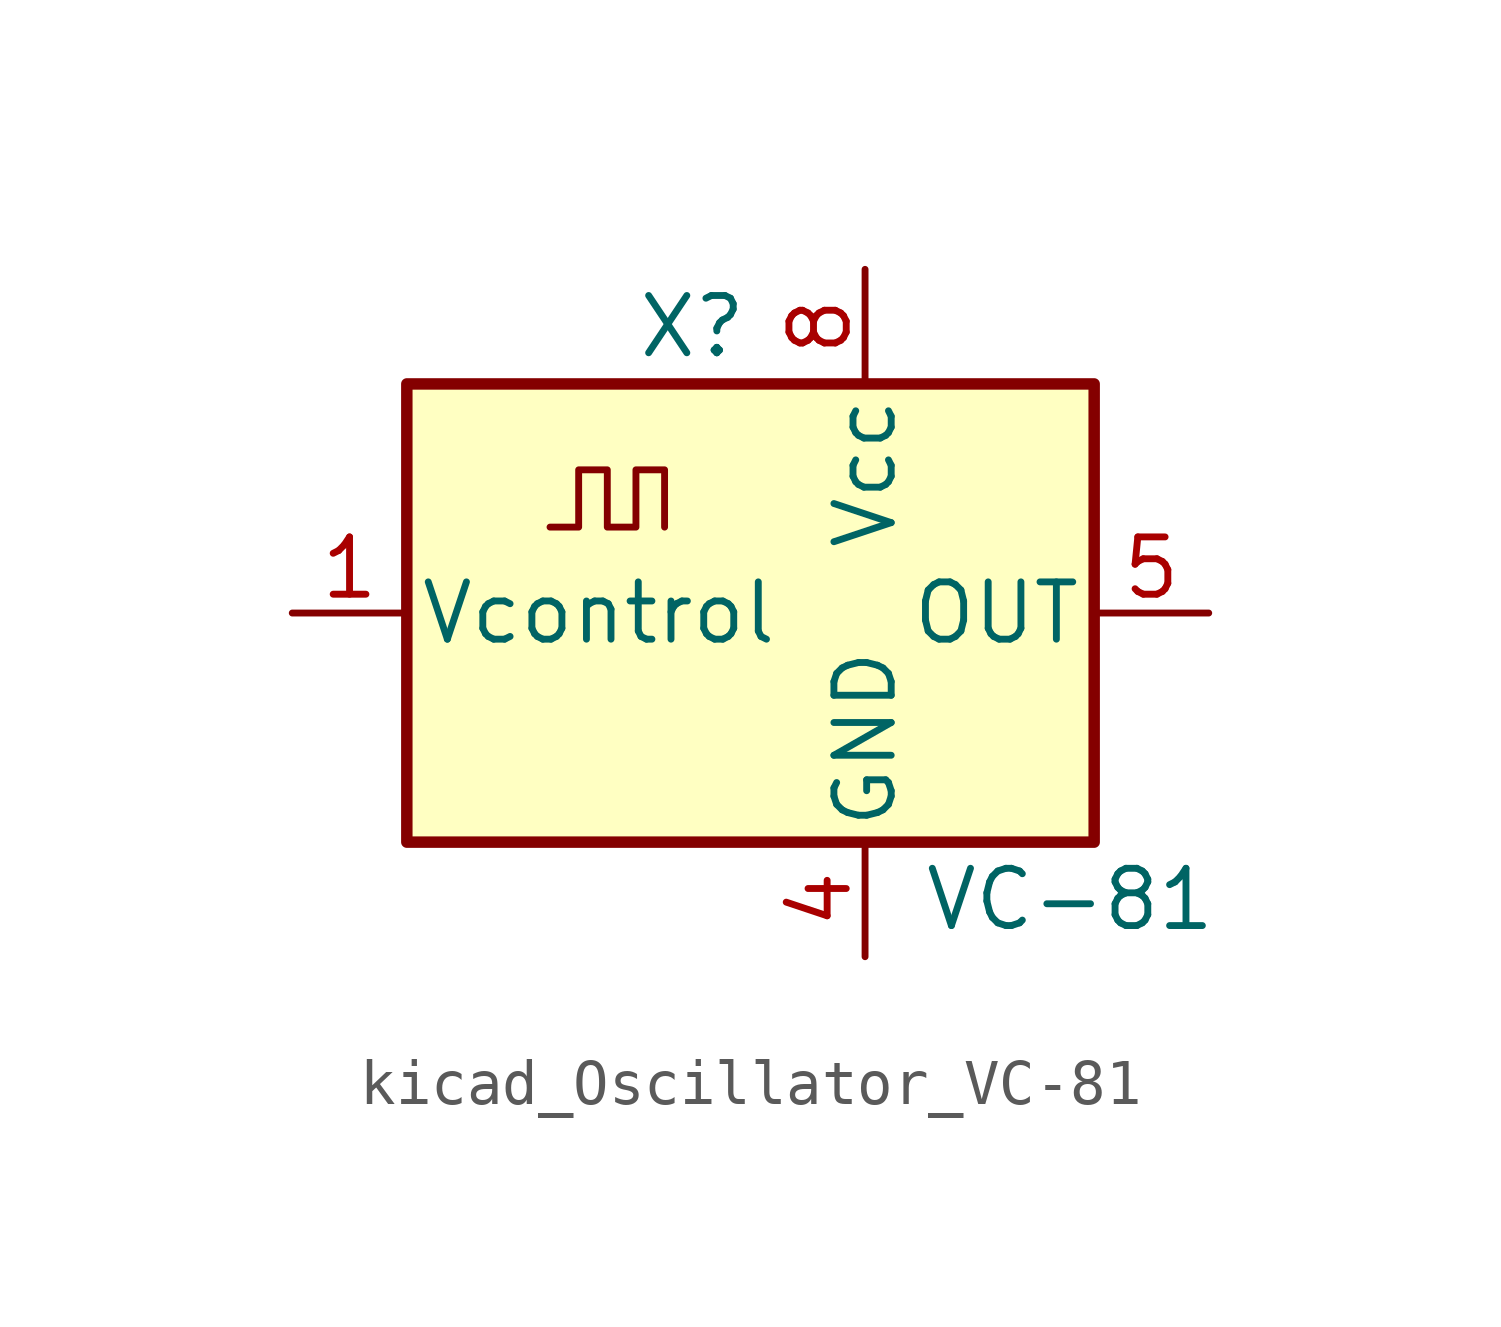
<source format=kicad_sym>
(kicad_symbol_lib
  (version 20220914)
  (generator kicad_symbol_editor)
  (symbol "kicad_Oscillator_VC-81"
    (pin_names
      (offset 0.254))
    (property "Reference" "X"
      (at -5.08 6.35 0)
      (effects (font (size 1.27 1.27)) (justify left)))
    (property "Value" "VC-81"
      (at 1.27 -6.35 0)
      (effects (font (size 1.27 1.27)) (justify left)))
    (symbol "kicad_Oscillator_VC-81_0_1"
      (rectangle (start -10.16 5.08) (end 5.08 -5.08) (stroke (width 0.254) (type default)) (fill (type background)))
      (polyline (pts (xy -6.985 1.905) (xy -6.35 1.905) (xy -6.35 3.175) (xy -5.715 3.175) (xy -5.715 1.905) (xy -5.08 1.905) (xy -5.08 3.175) (xy -4.445 3.175) (xy -4.445 1.905)) (stroke (width 0) (type default)) (fill (type none))))
    (symbol "kicad_Oscillator_VC-81_1_1"
      (pin input line (at -12.7 0 0) (length 2.54) (name "Vcontrol" (effects (font (size 1.27 1.27)))) (number "1" (effects (font (size 1.27 1.27)))))
      (pin power_in line (at 0 -7.62 90) (length 2.54) (name "GND" (effects (font (size 1.27 1.27)))) (number "4" (effects (font (size 1.27 1.27)))))
      (pin output line (at 7.62 0 180) (length 2.54) (name "OUT" (effects (font (size 1.27 1.27)))) (number "5" (effects (font (size 1.27 1.27)))))
      (pin power_in line (at 0 7.62 270) (length 2.54) (name "Vcc" (effects (font (size 1.27 1.27)))) (number "8" (effects (font (size 1.27 1.27))))))))
</source>
